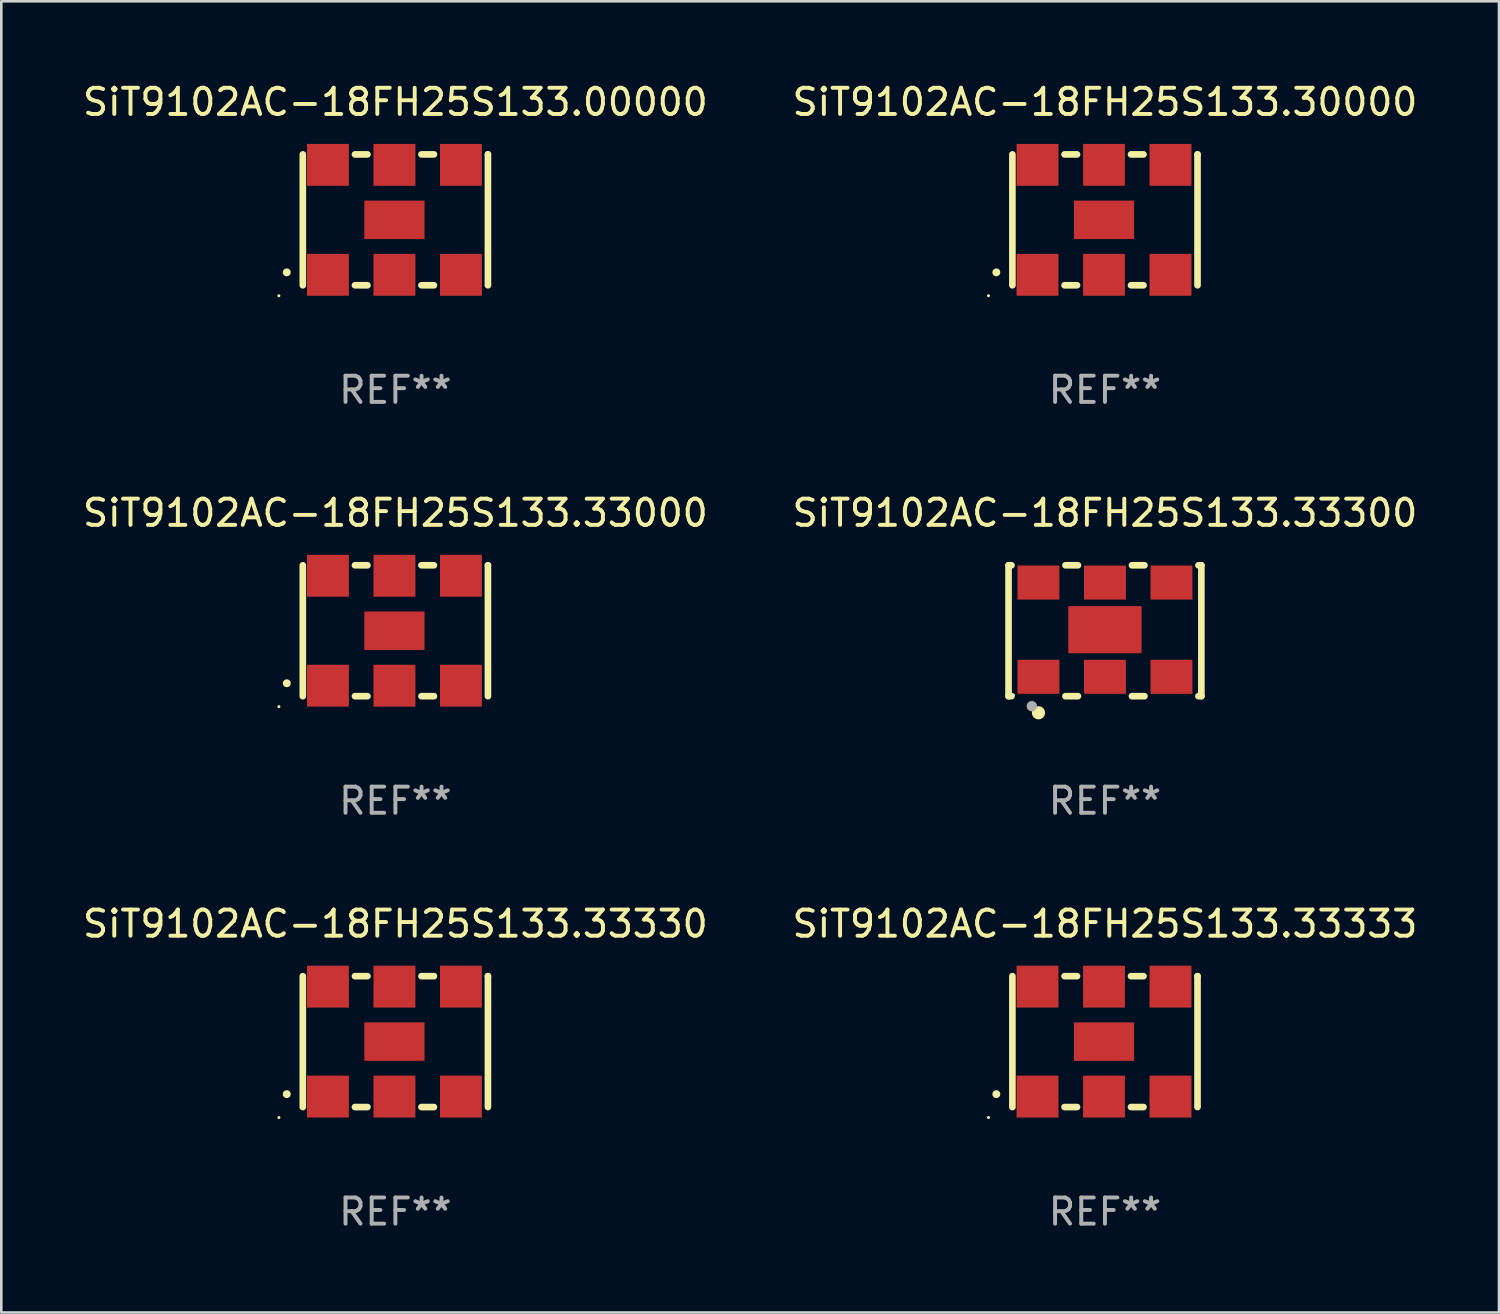
<source format=kicad_pcb>
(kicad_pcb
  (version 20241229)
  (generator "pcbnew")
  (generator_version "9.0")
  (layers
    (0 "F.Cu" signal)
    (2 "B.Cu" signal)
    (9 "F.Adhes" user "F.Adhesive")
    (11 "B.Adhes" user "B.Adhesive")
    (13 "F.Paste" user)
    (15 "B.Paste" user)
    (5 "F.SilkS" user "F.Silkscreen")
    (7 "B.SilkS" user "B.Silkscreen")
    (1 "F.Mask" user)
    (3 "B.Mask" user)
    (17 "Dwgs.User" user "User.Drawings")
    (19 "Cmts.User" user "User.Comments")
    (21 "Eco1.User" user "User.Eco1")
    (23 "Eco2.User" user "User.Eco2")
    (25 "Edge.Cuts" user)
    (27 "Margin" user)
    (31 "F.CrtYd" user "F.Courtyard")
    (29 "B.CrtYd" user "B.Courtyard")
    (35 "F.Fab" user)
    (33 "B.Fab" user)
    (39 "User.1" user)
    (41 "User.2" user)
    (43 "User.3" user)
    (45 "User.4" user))
  (footprint "SiT9102AC-18FH25S133.33333"
    (layer "F.Cu")
    (at 39.161 36.741)
    (property "Reference" "SiT9102AC-18FH25S133.33333" (at 0 -4.5 0) (layer "F.SilkS") (effects (font (size 1 1) (thickness 0.15))))
    (attr through_hole)
    (fp_line (start -3.536 -2.5) (end -3.536 2.5) (stroke (width 0.254) (type solid)) (layer "F.SilkS"))
    (fp_line (start -1.544 2.5) (end -1.067 2.5) (stroke (width 0.254) (type solid)) (layer "F.SilkS"))
    (fp_line (start -1.067 -2.5) (end -1.544 -2.5) (stroke (width 0.254) (type solid)) (layer "F.SilkS"))
    (fp_line (start 0.996 2.5) (end 1.473 2.5) (stroke (width 0.254) (type solid)) (layer "F.SilkS"))
    (fp_line (start 1.473 -2.5) (end 0.996 -2.5) (stroke (width 0.254) (type solid)) (layer "F.SilkS"))
    (fp_line (start 3.536 -2.5) (end 3.536 -2.5) (stroke (width 0.254) (type solid)) (layer "F.SilkS"))
    (fp_line (start 3.536 2.5) (end 3.536 -2.5) (stroke (width 0.254) (type solid)) (layer "F.SilkS"))
    (fp_arc (start -4.150432 2.006604) (mid -4.149162 2.006599) (end -4.147892 2.006604) (stroke (width 0.3) (type solid)) (layer "F.SilkS"))
    (fp_circle (center -4.449 2.9) (end -4.419 2.9) (stroke (width 0.06) (type solid)) (fill no) (layer "F.SilkS"))
    (fp_text user "REF**" (at 0 6.5 0) (layer "F.Fab") (effects (font (size 1 1) (thickness 0.15))))
    (pad "1" smd rect (at -2.576 2.1) (size 1.6 1.6) (layers "F.Cu" "F.Mask" "F.Paste"))
    (pad "2" smd rect (at -0.036 2.1) (size 1.6 1.6) (layers "F.Cu" "F.Mask" "F.Paste"))
    (pad "3" smd rect (at 2.504 2.1) (size 1.6 1.6) (layers "F.Cu" "F.Mask" "F.Paste"))
    (pad "4" smd rect (at 2.504 -2.1) (size 1.6 1.6) (layers "F.Cu" "F.Mask" "F.Paste"))
    (pad "5" smd rect (at -0.036 -2.1) (size 1.6 1.6) (layers "F.Cu" "F.Mask" "F.Paste"))
    (pad "6" smd rect (at -2.576 -2.1) (size 1.6 1.6) (layers "F.Cu" "F.Mask" "F.Paste"))
    (pad "7" smd rect (at -0.036 0) (size 2.3 1.47) (layers "F.Cu" "F.Mask" "F.Paste")))
  (footprint "SiT9102AC-18FH25S133.30000"
    (layer "F.Cu")
    (at 39.161 5.348)
    (property "Reference" "SiT9102AC-18FH25S133.30000" (at 0 -4.5 0) (layer "F.SilkS") (effects (font (size 1 1) (thickness 0.15))))
    (attr through_hole)
    (fp_line (start -3.536 -2.5) (end -3.536 2.5) (stroke (width 0.254) (type solid)) (layer "F.SilkS"))
    (fp_line (start -1.544 2.5) (end -1.067 2.5) (stroke (width 0.254) (type solid)) (layer "F.SilkS"))
    (fp_line (start -1.067 -2.5) (end -1.544 -2.5) (stroke (width 0.254) (type solid)) (layer "F.SilkS"))
    (fp_line (start 0.996 2.5) (end 1.473 2.5) (stroke (width 0.254) (type solid)) (layer "F.SilkS"))
    (fp_line (start 1.473 -2.5) (end 0.996 -2.5) (stroke (width 0.254) (type solid)) (layer "F.SilkS"))
    (fp_line (start 3.536 -2.5) (end 3.536 -2.5) (stroke (width 0.254) (type solid)) (layer "F.SilkS"))
    (fp_line (start 3.536 2.5) (end 3.536 -2.5) (stroke (width 0.254) (type solid)) (layer "F.SilkS"))
    (fp_arc (start -4.150432 2.006604) (mid -4.149162 2.006599) (end -4.147892 2.006604) (stroke (width 0.3) (type solid)) (layer "F.SilkS"))
    (fp_circle (center -4.449 2.9) (end -4.419 2.9) (stroke (width 0.06) (type solid)) (fill no) (layer "F.SilkS"))
    (fp_text user "REF**" (at 0 6.5 0) (layer "F.Fab") (effects (font (size 1 1) (thickness 0.15))))
    (pad "1" smd rect (at -2.576 2.1) (size 1.6 1.6) (layers "F.Cu" "F.Mask" "F.Paste"))
    (pad "2" smd rect (at -0.036 2.1) (size 1.6 1.6) (layers "F.Cu" "F.Mask" "F.Paste"))
    (pad "3" smd rect (at 2.504 2.1) (size 1.6 1.6) (layers "F.Cu" "F.Mask" "F.Paste"))
    (pad "4" smd rect (at 2.504 -2.1) (size 1.6 1.6) (layers "F.Cu" "F.Mask" "F.Paste"))
    (pad "5" smd rect (at -0.036 -2.1) (size 1.6 1.6) (layers "F.Cu" "F.Mask" "F.Paste"))
    (pad "6" smd rect (at -2.576 -2.1) (size 1.6 1.6) (layers "F.Cu" "F.Mask" "F.Paste"))
    (pad "7" smd rect (at -0.036 0) (size 2.3 1.47) (layers "F.Cu" "F.Mask" "F.Paste")))
  (footprint "SiT9102AC-18FH25S133.33300"
    (layer "F.Cu")
    (at 39.161 21.045)
    (property "Reference" "SiT9102AC-18FH25S133.33300" (at 0 -4.5 0) (layer "F.SilkS") (effects (font (size 1 1) (thickness 0.15))))
    (attr through_hole)
    (fp_line (start -3.683 -2.5) (end -3.571 -2.5) (stroke (width 0.254) (type solid)) (layer "F.SilkS"))
    (fp_line (start -3.683 2.5) (end -3.683 -2.5) (stroke (width 0.254) (type solid)) (layer "F.SilkS"))
    (fp_line (start -3.683 2.5) (end -3.571 2.5) (stroke (width 0.254) (type solid)) (layer "F.SilkS"))
    (fp_line (start -1.509 -2.5) (end -1.031 -2.5) (stroke (width 0.254) (type solid)) (layer "F.SilkS"))
    (fp_line (start -1.509 2.5) (end -1.031 2.5) (stroke (width 0.254) (type solid)) (layer "F.SilkS"))
    (fp_line (start 1.031 -2.5) (end 1.509 -2.5) (stroke (width 0.254) (type solid)) (layer "F.SilkS"))
    (fp_line (start 1.031 2.5) (end 1.509 2.5) (stroke (width 0.254) (type solid)) (layer "F.SilkS"))
    (fp_line (start 3.571 -2.5) (end 3.683 -2.5) (stroke (width 0.254) (type solid)) (layer "F.SilkS"))
    (fp_line (start 3.571 2.5) (end 3.683 2.5) (stroke (width 0.254) (type solid)) (layer "F.SilkS"))
    (fp_line (start 3.683 2.5) (end 3.683 -2.5) (stroke (width 0.254) (type solid)) (layer "F.SilkS"))
    (fp_circle (center -3.5 2.46) (end -3.47 2.46) (stroke (width 0.06) (type solid)) (fill no) (layer "F.SilkS"))
    (fp_circle (center -2.54 3.135) (end -2.413 3.135) (stroke (width 0.254) (type solid)) (fill no) (layer "F.SilkS"))
    (fp_circle (center -2.794 2.881) (end -2.694 2.881) (stroke (width 0.2) (type solid)) (fill no) (layer "F.Fab"))
    (fp_text user "REF**" (at 0 6.5 0) (layer "F.Fab") (effects (font (size 1 1) (thickness 0.15))))
    (pad "1" smd rect (at -2.54 1.76) (size 1.6 1.3) (layers "F.Cu" "F.Mask" "F.Paste"))
    (pad "2" smd rect (at 0 1.76) (size 1.6 1.3) (layers "F.Cu" "F.Mask" "F.Paste"))
    (pad "3" smd rect (at 2.54 1.76) (size 1.6 1.3) (layers "F.Cu" "F.Mask" "F.Paste"))
    (pad "4" smd rect (at 2.54 -1.84) (size 1.6 1.3) (layers "F.Cu" "F.Mask" "F.Paste"))
    (pad "5" smd rect (at 0 -1.84) (size 1.6 1.3) (layers "F.Cu" "F.Mask" "F.Paste"))
    (pad "6" smd rect (at -2.54 -1.84) (size 1.6 1.3) (layers "F.Cu" "F.Mask" "F.Paste"))
    (pad "7" smd rect (at 0 -0.04) (size 2.8 1.8) (layers "F.Cu" "F.Mask" "F.Paste")))
  (footprint "SiT9102AC-18FH25S133.00000"
    (layer "F.Cu")
    (at 12.054 5.348)
    (property "Reference" "SiT9102AC-18FH25S133.00000" (at 0 -4.5 0) (layer "F.SilkS") (effects (font (size 1 1) (thickness 0.15))))
    (attr through_hole)
    (fp_line (start -3.536 -2.5) (end -3.536 2.5) (stroke (width 0.254) (type solid)) (layer "F.SilkS"))
    (fp_line (start -1.544 2.5) (end -1.067 2.5) (stroke (width 0.254) (type solid)) (layer "F.SilkS"))
    (fp_line (start -1.067 -2.5) (end -1.544 -2.5) (stroke (width 0.254) (type solid)) (layer "F.SilkS"))
    (fp_line (start 0.996 2.5) (end 1.473 2.5) (stroke (width 0.254) (type solid)) (layer "F.SilkS"))
    (fp_line (start 1.473 -2.5) (end 0.996 -2.5) (stroke (width 0.254) (type solid)) (layer "F.SilkS"))
    (fp_line (start 3.536 -2.5) (end 3.536 -2.5) (stroke (width 0.254) (type solid)) (layer "F.SilkS"))
    (fp_line (start 3.536 2.5) (end 3.536 -2.5) (stroke (width 0.254) (type solid)) (layer "F.SilkS"))
    (fp_arc (start -4.150432 2.006604) (mid -4.149162 2.006599) (end -4.147892 2.006604) (stroke (width 0.3) (type solid)) (layer "F.SilkS"))
    (fp_circle (center -4.449 2.9) (end -4.419 2.9) (stroke (width 0.06) (type solid)) (fill no) (layer "F.SilkS"))
    (fp_text user "REF**" (at 0 6.5 0) (layer "F.Fab") (effects (font (size 1 1) (thickness 0.15))))
    (pad "1" smd rect (at -2.576 2.1) (size 1.6 1.6) (layers "F.Cu" "F.Mask" "F.Paste"))
    (pad "2" smd rect (at -0.036 2.1) (size 1.6 1.6) (layers "F.Cu" "F.Mask" "F.Paste"))
    (pad "3" smd rect (at 2.504 2.1) (size 1.6 1.6) (layers "F.Cu" "F.Mask" "F.Paste"))
    (pad "4" smd rect (at 2.504 -2.1) (size 1.6 1.6) (layers "F.Cu" "F.Mask" "F.Paste"))
    (pad "5" smd rect (at -0.036 -2.1) (size 1.6 1.6) (layers "F.Cu" "F.Mask" "F.Paste"))
    (pad "6" smd rect (at -2.576 -2.1) (size 1.6 1.6) (layers "F.Cu" "F.Mask" "F.Paste"))
    (pad "7" smd rect (at -0.036 0) (size 2.3 1.47) (layers "F.Cu" "F.Mask" "F.Paste")))
  (footprint "SiT9102AC-18FH25S133.33330"
    (layer "F.Cu")
    (at 12.054 36.741)
    (property "Reference" "SiT9102AC-18FH25S133.33330" (at 0 -4.5 0) (layer "F.SilkS") (effects (font (size 1 1) (thickness 0.15))))
    (attr through_hole)
    (fp_line (start -3.536 -2.5) (end -3.536 2.5) (stroke (width 0.254) (type solid)) (layer "F.SilkS"))
    (fp_line (start -1.544 2.5) (end -1.067 2.5) (stroke (width 0.254) (type solid)) (layer "F.SilkS"))
    (fp_line (start -1.067 -2.5) (end -1.544 -2.5) (stroke (width 0.254) (type solid)) (layer "F.SilkS"))
    (fp_line (start 0.996 2.5) (end 1.473 2.5) (stroke (width 0.254) (type solid)) (layer "F.SilkS"))
    (fp_line (start 1.473 -2.5) (end 0.996 -2.5) (stroke (width 0.254) (type solid)) (layer "F.SilkS"))
    (fp_line (start 3.536 -2.5) (end 3.536 -2.5) (stroke (width 0.254) (type solid)) (layer "F.SilkS"))
    (fp_line (start 3.536 2.5) (end 3.536 -2.5) (stroke (width 0.254) (type solid)) (layer "F.SilkS"))
    (fp_arc (start -4.150432 2.006604) (mid -4.149162 2.006599) (end -4.147892 2.006604) (stroke (width 0.3) (type solid)) (layer "F.SilkS"))
    (fp_circle (center -4.449 2.9) (end -4.419 2.9) (stroke (width 0.06) (type solid)) (fill no) (layer "F.SilkS"))
    (fp_text user "REF**" (at 0 6.5 0) (layer "F.Fab") (effects (font (size 1 1) (thickness 0.15))))
    (pad "1" smd rect (at -2.576 2.1) (size 1.6 1.6) (layers "F.Cu" "F.Mask" "F.Paste"))
    (pad "2" smd rect (at -0.036 2.1) (size 1.6 1.6) (layers "F.Cu" "F.Mask" "F.Paste"))
    (pad "3" smd rect (at 2.504 2.1) (size 1.6 1.6) (layers "F.Cu" "F.Mask" "F.Paste"))
    (pad "4" smd rect (at 2.504 -2.1) (size 1.6 1.6) (layers "F.Cu" "F.Mask" "F.Paste"))
    (pad "5" smd rect (at -0.036 -2.1) (size 1.6 1.6) (layers "F.Cu" "F.Mask" "F.Paste"))
    (pad "6" smd rect (at -2.576 -2.1) (size 1.6 1.6) (layers "F.Cu" "F.Mask" "F.Paste"))
    (pad "7" smd rect (at -0.036 0) (size 2.3 1.47) (layers "F.Cu" "F.Mask" "F.Paste")))
  (footprint "SiT9102AC-18FH25S133.33000"
    (layer "F.Cu")
    (at 12.054 21.045)
    (property "Reference" "SiT9102AC-18FH25S133.33000" (at 0 -4.5 0) (layer "F.SilkS") (effects (font (size 1 1) (thickness 0.15))))
    (attr through_hole)
    (fp_line (start -3.536 -2.5) (end -3.536 2.5) (stroke (width 0.254) (type solid)) (layer "F.SilkS"))
    (fp_line (start -1.544 2.5) (end -1.067 2.5) (stroke (width 0.254) (type solid)) (layer "F.SilkS"))
    (fp_line (start -1.067 -2.5) (end -1.544 -2.5) (stroke (width 0.254) (type solid)) (layer "F.SilkS"))
    (fp_line (start 0.996 2.5) (end 1.473 2.5) (stroke (width 0.254) (type solid)) (layer "F.SilkS"))
    (fp_line (start 1.473 -2.5) (end 0.996 -2.5) (stroke (width 0.254) (type solid)) (layer "F.SilkS"))
    (fp_line (start 3.536 -2.5) (end 3.536 -2.5) (stroke (width 0.254) (type solid)) (layer "F.SilkS"))
    (fp_line (start 3.536 2.5) (end 3.536 -2.5) (stroke (width 0.254) (type solid)) (layer "F.SilkS"))
    (fp_arc (start -4.150432 2.006604) (mid -4.149162 2.006599) (end -4.147892 2.006604) (stroke (width 0.3) (type solid)) (layer "F.SilkS"))
    (fp_circle (center -4.449 2.9) (end -4.419 2.9) (stroke (width 0.06) (type solid)) (fill no) (layer "F.SilkS"))
    (fp_text user "REF**" (at 0 6.5 0) (layer "F.Fab") (effects (font (size 1 1) (thickness 0.15))))
    (pad "1" smd rect (at -2.576 2.1) (size 1.6 1.6) (layers "F.Cu" "F.Mask" "F.Paste"))
    (pad "2" smd rect (at -0.036 2.1) (size 1.6 1.6) (layers "F.Cu" "F.Mask" "F.Paste"))
    (pad "3" smd rect (at 2.504 2.1) (size 1.6 1.6) (layers "F.Cu" "F.Mask" "F.Paste"))
    (pad "4" smd rect (at 2.504 -2.1) (size 1.6 1.6) (layers "F.Cu" "F.Mask" "F.Paste"))
    (pad "5" smd rect (at -0.036 -2.1) (size 1.6 1.6) (layers "F.Cu" "F.Mask" "F.Paste"))
    (pad "6" smd rect (at -2.576 -2.1) (size 1.6 1.6) (layers "F.Cu" "F.Mask" "F.Paste"))
    (pad "7" smd rect (at -0.036 0) (size 2.3 1.47) (layers "F.Cu" "F.Mask" "F.Paste")))
  (gr_rect
    (start -3 -3)
    (end 54.214 47.09)
    (stroke (width 0.1) (type default))
    (fill no)
    (layer "Edge.Cuts")))
</source>
